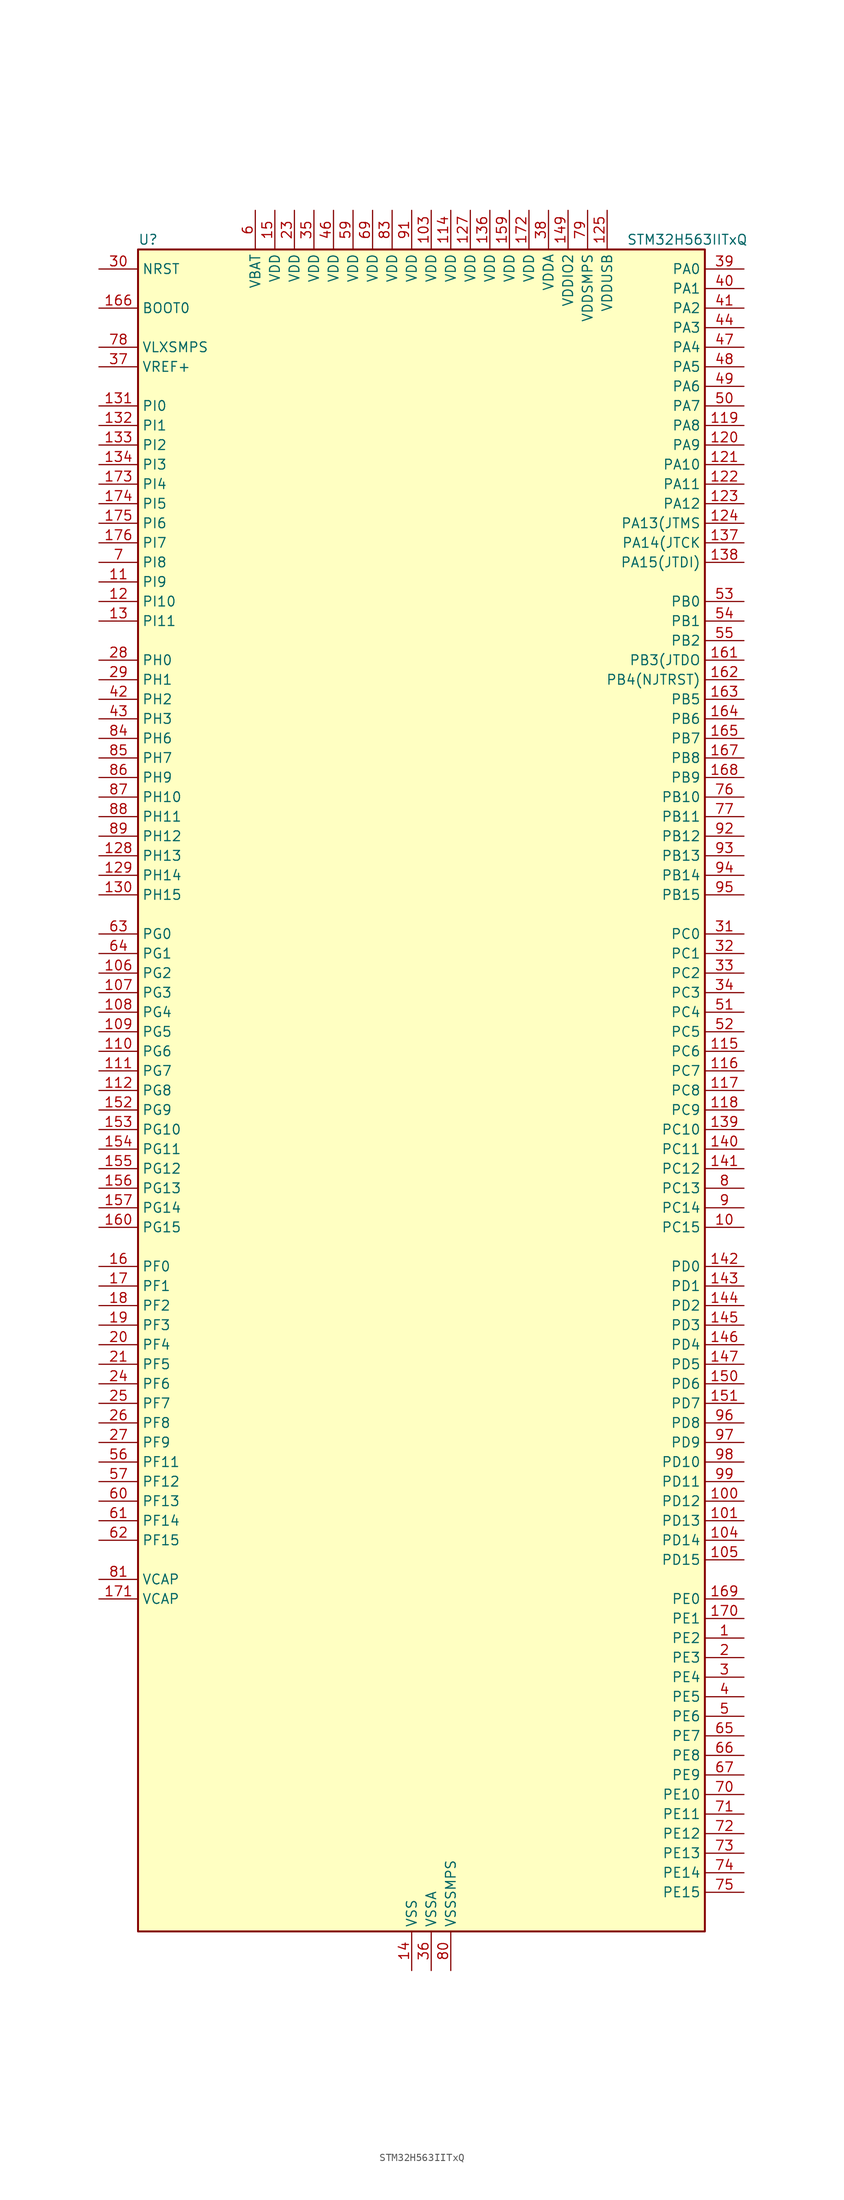
<source format=kicad_sym>
(kicad_symbol_lib
  (version 20231120)
  (generator "kicad_symbol_editor")
  (generator_version "8.0")
  (symbol "STM32H563IITxQ"
    (property "Reference" "U"
      (at -35.56 110.49 0)
      (effects (font (size 1.27 1.27)) (justify left)))
    (property "Value" "STM32H563IITxQ"
      (at 27.94 110.49 0)
      (effects (font (size 1.27 1.27)) (justify left)))
    (property "ki_locked" ""
      (at 0 0 0)
      (effects (font (size 1.27 1.27))))
    (symbol "STM32H563IITxQ_0_1"
      (rectangle (start -35.56 -109.22) (end 38.1 109.22) (stroke (width 0.254) (type default)) (fill (type background))))
    (symbol "STM32H563IITxQ_1_1"
      (pin bidirectional line (at 43.18 -71.12 180) (length 5.08) (name "PE2" (effects (font (size 1.27 1.27)))) (number "1" (effects (font (size 1.27 1.27)))) (alternate "DCMI_D3" bidirectional line) (alternate "DEBUG_TRACECLK" bidirectional line) (alternate "ETH_TXD3" bidirectional line) (alternate "FMC_A23" bidirectional line) (alternate "LPTIM1_IN2" bidirectional line) (alternate "OCTOSPI1_IO2" bidirectional line) (alternate "PSSI_D3" bidirectional line) (alternate "SAI1_CK1" bidirectional line) (alternate "SAI1_MCLK_A" bidirectional line) (alternate "SPI4_SCK" bidirectional line) (alternate "UART8_TX" bidirectional line) (alternate "USART10_RX" bidirectional line))
      (pin bidirectional line (at 43.18 -17.78 180) (length 5.08) (name "PC15" (effects (font (size 1.27 1.27)))) (number "10" (effects (font (size 1.27 1.27)))) (alternate "ADC1_EXTI15" bidirectional line) (alternate "ADC2_EXTI15" bidirectional line) (alternate "RCC_OSC32_OUT" bidirectional line))
      (pin bidirectional line (at 43.18 -53.34 180) (length 5.08) (name "PD12" (effects (font (size 1.27 1.27)))) (number "100" (effects (font (size 1.27 1.27)))) (alternate "DCMI_D12" bidirectional line) (alternate "FMC_A17" bidirectional line) (alternate "FMC_ALE" bidirectional line) (alternate "I2C4_SCL" bidirectional line) (alternate "I3C1_SCL" bidirectional line) (alternate "LPTIM1_IN1" bidirectional line) (alternate "LPTIM2_IN1" bidirectional line) (alternate "OCTOSPI1_IO1" bidirectional line) (alternate "PSSI_D12" bidirectional line) (alternate "SAI1_D1" bidirectional line) (alternate "SAI2_FS_A" bidirectional line) (alternate "TIM4_CH1" bidirectional line) (alternate "UART4_TX" bidirectional line) (alternate "USART3_RTS" bidirectional line))
      (pin bidirectional line (at 43.18 -55.88 180) (length 5.08) (name "PD13" (effects (font (size 1.27 1.27)))) (number "101" (effects (font (size 1.27 1.27)))) (alternate "DCMI_D13" bidirectional line) (alternate "FMC_A18" bidirectional line) (alternate "I2C4_SDA" bidirectional line) (alternate "I3C1_SDA" bidirectional line) (alternate "LPTIM1_CH1" bidirectional line) (alternate "LPTIM2_CH1" bidirectional line) (alternate "LPTIM4_IN1" bidirectional line) (alternate "OCTOSPI1_IO3" bidirectional line) (alternate "PSSI_D13" bidirectional line) (alternate "SAI2_SCK_A" bidirectional line) (alternate "TIM4_CH2" bidirectional line) (alternate "UART9_RTS" bidirectional line))
      (pin passive line (at 0 -114.3 90) (length 5.08) hide (name "VSS" (effects (font (size 1.27 1.27)))) (number "102" (effects (font (size 1.27 1.27)))))
      (pin power_in line (at 2.54 114.3 270) (length 5.08) (name "VDD" (effects (font (size 1.27 1.27)))) (number "103" (effects (font (size 1.27 1.27)))))
      (pin bidirectional line (at 43.18 -58.42 180) (length 5.08) (name "PD14" (effects (font (size 1.27 1.27)))) (number "104" (effects (font (size 1.27 1.27)))) (alternate "FMC_D0" bidirectional line) (alternate "FMC_DA0" bidirectional line) (alternate "TIM4_CH3" bidirectional line) (alternate "UART8_CTS" bidirectional line) (alternate "UART9_RX" bidirectional line))
      (pin bidirectional line (at 43.18 -60.96 180) (length 5.08) (name "PD15" (effects (font (size 1.27 1.27)))) (number "105" (effects (font (size 1.27 1.27)))) (alternate "ADC1_EXTI15" bidirectional line) (alternate "ADC2_EXTI15" bidirectional line) (alternate "FMC_D1" bidirectional line) (alternate "FMC_DA1" bidirectional line) (alternate "TIM4_CH4" bidirectional line) (alternate "UART8_RTS" bidirectional line) (alternate "UART9_TX" bidirectional line))
      (pin bidirectional line (at -40.64 15.24 0) (length 5.08) (name "PG2" (effects (font (size 1.27 1.27)))) (number "106" (effects (font (size 1.27 1.27)))) (alternate "FMC_A12" bidirectional line) (alternate "LPTIM6_ETR" bidirectional line) (alternate "TIM8_BKIN" bidirectional line) (alternate "UART12_RX" bidirectional line))
      (pin bidirectional line (at -40.64 12.7 0) (length 5.08) (name "PG3" (effects (font (size 1.27 1.27)))) (number "107" (effects (font (size 1.27 1.27)))) (alternate "FMC_A13" bidirectional line) (alternate "LPTIM5_ETR" bidirectional line) (alternate "TIM8_BKIN2" bidirectional line) (alternate "UART12_TX" bidirectional line))
      (pin bidirectional line (at -40.64 10.16 0) (length 5.08) (name "PG4" (effects (font (size 1.27 1.27)))) (number "108" (effects (font (size 1.27 1.27)))) (alternate "FMC_A14" bidirectional line) (alternate "FMC_BA0" bidirectional line) (alternate "LPTIM4_ETR" bidirectional line) (alternate "TIM1_BKIN2" bidirectional line))
      (pin bidirectional line (at -40.64 7.62 0) (length 5.08) (name "PG5" (effects (font (size 1.27 1.27)))) (number "109" (effects (font (size 1.27 1.27)))) (alternate "FMC_A15" bidirectional line) (alternate "FMC_BA1" bidirectional line) (alternate "TIM1_ETR" bidirectional line))
      (pin bidirectional line (at -40.64 66.04 0) (length 5.08) (name "PI9" (effects (font (size 1.27 1.27)))) (number "11" (effects (font (size 1.27 1.27)))) (alternate "DAC1_EXTI9" bidirectional line) (alternate "FDCAN1_RX" bidirectional line) (alternate "UART4_RX" bidirectional line))
      (pin bidirectional line (at -40.64 5.08 0) (length 5.08) (name "PG6" (effects (font (size 1.27 1.27)))) (number "110" (effects (font (size 1.27 1.27)))) (alternate "DCMI_D12" bidirectional line) (alternate "FMC_NE3" bidirectional line) (alternate "I2C4_SDA" bidirectional line) (alternate "I3C1_SDA" bidirectional line) (alternate "OCTOSPI1_NCS" bidirectional line) (alternate "PSSI_D12" bidirectional line) (alternate "SPI1_RDY" bidirectional line) (alternate "TIM17_BKIN" bidirectional line) (alternate "UCPD1_FRSTX" bidirectional line))
      (pin bidirectional line (at -40.64 2.54 0) (length 5.08) (name "PG7" (effects (font (size 1.27 1.27)))) (number "111" (effects (font (size 1.27 1.27)))) (alternate "DCMI_D13" bidirectional line) (alternate "FMC_INT" bidirectional line) (alternate "I2C4_SCL" bidirectional line) (alternate "I3C1_SCL" bidirectional line) (alternate "PSSI_D13" bidirectional line) (alternate "SAI1_CK2" bidirectional line) (alternate "SAI1_MCLK_A" bidirectional line) (alternate "UCPD1_FRSTX" bidirectional line) (alternate "USART6_CK" bidirectional line))
      (pin bidirectional line (at -40.64 0 0) (length 5.08) (name "PG8" (effects (font (size 1.27 1.27)))) (number "112" (effects (font (size 1.27 1.27)))) (alternate "ETH_PPS_OUT" bidirectional line) (alternate "FMC_SDCLK" bidirectional line) (alternate "SPI6_NSS" bidirectional line) (alternate "TIM8_ETR" bidirectional line) (alternate "USART6_RTS" bidirectional line))
      (pin passive line (at 0 -114.3 90) (length 5.08) hide (name "VSS" (effects (font (size 1.27 1.27)))) (number "113" (effects (font (size 1.27 1.27)))))
      (pin power_in line (at 5.08 114.3 270) (length 5.08) (name "VDD" (effects (font (size 1.27 1.27)))) (number "114" (effects (font (size 1.27 1.27)))))
      (pin bidirectional line (at 43.18 5.08 180) (length 5.08) (name "PC6" (effects (font (size 1.27 1.27)))) (number "115" (effects (font (size 1.27 1.27)))) (alternate "DCMI_D0" bidirectional line) (alternate "FMC_NWAIT" bidirectional line) (alternate "I2S2_MCK" bidirectional line) (alternate "OCTOSPI1_IO5" bidirectional line) (alternate "PSSI_D0" bidirectional line) (alternate "SAI1_SCK_A" bidirectional line) (alternate "SDMMC1_D0DIR" bidirectional line) (alternate "SDMMC1_D6" bidirectional line) (alternate "SDMMC2_D6" bidirectional line) (alternate "TIM3_CH1" bidirectional line) (alternate "TIM8_CH1" bidirectional line) (alternate "USART6_TX" bidirectional line))
      (pin bidirectional line (at 43.18 2.54 180) (length 5.08) (name "PC7" (effects (font (size 1.27 1.27)))) (number "116" (effects (font (size 1.27 1.27)))) (alternate "DCMI_D1" bidirectional line) (alternate "DEBUG_TRGIO" bidirectional line) (alternate "FMC_NE1" bidirectional line) (alternate "I2S3_MCK" bidirectional line) (alternate "OCTOSPI1_IO6" bidirectional line) (alternate "PSSI_D1" bidirectional line) (alternate "SDMMC1_D123DIR" bidirectional line) (alternate "SDMMC1_D7" bidirectional line) (alternate "SDMMC2_D7" bidirectional line) (alternate "TIM3_CH2" bidirectional line) (alternate "TIM8_CH2" bidirectional line) (alternate "USART6_RX" bidirectional line))
      (pin bidirectional line (at 43.18 0 180) (length 5.08) (name "PC8" (effects (font (size 1.27 1.27)))) (number "117" (effects (font (size 1.27 1.27)))) (alternate "DCMI_D2" bidirectional line) (alternate "DEBUG_TRACED1" bidirectional line) (alternate "FMC_ALE" bidirectional line) (alternate "FMC_INT" bidirectional line) (alternate "FMC_NCE" bidirectional line) (alternate "FMC_NE2" bidirectional line) (alternate "PSSI_D2" bidirectional line) (alternate "SDMMC1_D0" bidirectional line) (alternate "TIM3_CH3" bidirectional line) (alternate "TIM8_CH3" bidirectional line) (alternate "UART5_DE" bidirectional line) (alternate "UART5_RTS" bidirectional line) (alternate "USART6_CK" bidirectional line))
      (pin bidirectional line (at 43.18 -2.54 180) (length 5.08) (name "PC9" (effects (font (size 1.27 1.27)))) (number "118" (effects (font (size 1.27 1.27)))) (alternate "AUDIOCLK" bidirectional line) (alternate "DAC1_EXTI9" bidirectional line) (alternate "DCMI_D3" bidirectional line) (alternate "FMC_CLE" bidirectional line) (alternate "I2C3_SDA" bidirectional line) (alternate "OCTOSPI1_IO0" bidirectional line) (alternate "PSSI_D3" bidirectional line) (alternate "RCC_MCO_2" bidirectional line) (alternate "SDMMC1_D1" bidirectional line) (alternate "TIM3_CH4" bidirectional line) (alternate "TIM8_CH4" bidirectional line) (alternate "UART5_CTS" bidirectional line) (alternate "UCPD1_DB2" bidirectional line))
      (pin bidirectional line (at 43.18 86.36 180) (length 5.08) (name "PA8" (effects (font (size 1.27 1.27)))) (number "119" (effects (font (size 1.27 1.27)))) (alternate "DCMI_D3" bidirectional line) (alternate "FMC_NOE" bidirectional line) (alternate "I2C3_SCL" bidirectional line) (alternate "PSSI_D3" bidirectional line) (alternate "RCC_MCO_1" bidirectional line) (alternate "SPI1_RDY" bidirectional line) (alternate "TIM1_CH1" bidirectional line) (alternate "TIM8_BKIN2" bidirectional line) (alternate "UART7_RX" bidirectional line) (alternate "USART1_CK" bidirectional line) (alternate "USB_SOF" bidirectional line))
      (pin bidirectional line (at -40.64 63.5 0) (length 5.08) (name "PI10" (effects (font (size 1.27 1.27)))) (number "12" (effects (font (size 1.27 1.27)))) (alternate "ETH_RX_ER" bidirectional line) (alternate "FDCAN1_RX" bidirectional line) (alternate "PSSI_D14" bidirectional line))
      (pin bidirectional line (at 43.18 83.82 180) (length 5.08) (name "PA9" (effects (font (size 1.27 1.27)))) (number "120" (effects (font (size 1.27 1.27)))) (alternate "DAC1_EXTI9" bidirectional line) (alternate "DCMI_D0" bidirectional line) (alternate "ETH_TX_ER" bidirectional line) (alternate "FMC_NWE" bidirectional line) (alternate "I2C3_SMBA" bidirectional line) (alternate "I2S2_CK" bidirectional line) (alternate "LPUART1_TX" bidirectional line) (alternate "PSSI_D0" bidirectional line) (alternate "SPI2_SCK" bidirectional line) (alternate "TIM1_CH2" bidirectional line) (alternate "UCPD1_DB1" bidirectional line) (alternate "USART1_TX" bidirectional line))
      (pin bidirectional line (at 43.18 81.28 180) (length 5.08) (name "PA10" (effects (font (size 1.27 1.27)))) (number "121" (effects (font (size 1.27 1.27)))) (alternate "DCMI_D1" bidirectional line) (alternate "FDCAN2_TX" bidirectional line) (alternate "LPTIM2_IN2" bidirectional line) (alternate "LPUART1_RX" bidirectional line) (alternate "PSSI_D1" bidirectional line) (alternate "SDMMC1_D0" bidirectional line) (alternate "TIM1_CH3" bidirectional line) (alternate "UCPD1_FRSTX" bidirectional line) (alternate "USART1_RX" bidirectional line))
      (pin bidirectional line (at 43.18 78.74 180) (length 5.08) (name "PA11" (effects (font (size 1.27 1.27)))) (number "122" (effects (font (size 1.27 1.27)))) (alternate "ADC1_EXTI11" bidirectional line) (alternate "ADC2_EXTI11" bidirectional line) (alternate "FDCAN1_RX" bidirectional line) (alternate "I2S2_WS" bidirectional line) (alternate "LPUART1_CTS" bidirectional line) (alternate "SPI2_NSS" bidirectional line) (alternate "TIM1_CH4" bidirectional line) (alternate "UART4_RX" bidirectional line) (alternate "USART1_CTS" bidirectional line) (alternate "USART1_NSS" bidirectional line) (alternate "USB_DM" bidirectional line))
      (pin bidirectional line (at 43.18 76.2 180) (length 5.08) (name "PA12" (effects (font (size 1.27 1.27)))) (number "123" (effects (font (size 1.27 1.27)))) (alternate "FDCAN1_TX" bidirectional line) (alternate "I2S2_CK" bidirectional line) (alternate "LPUART1_RTS" bidirectional line) (alternate "SAI2_FS_B" bidirectional line) (alternate "SPI2_SCK" bidirectional line) (alternate "TIM1_ETR" bidirectional line) (alternate "UART4_TX" bidirectional line) (alternate "USART1_RTS" bidirectional line) (alternate "USB_DP" bidirectional line))
      (pin bidirectional line (at 43.18 73.66 180) (length 5.08) (name "PA13(JTMS" (effects (font (size 1.27 1.27)))) (number "124" (effects (font (size 1.27 1.27)))) (alternate "DEBUG_JTMS-SWDIO" bidirectional line))
      (pin power_in line (at 25.4 114.3 270) (length 5.08) (name "VDDUSB" (effects (font (size 1.27 1.27)))) (number "125" (effects (font (size 1.27 1.27)))))
      (pin passive line (at 0 -114.3 90) (length 5.08) hide (name "VSS" (effects (font (size 1.27 1.27)))) (number "126" (effects (font (size 1.27 1.27)))))
      (pin power_in line (at 7.62 114.3 270) (length 5.08) (name "VDD" (effects (font (size 1.27 1.27)))) (number "127" (effects (font (size 1.27 1.27)))))
      (pin bidirectional line (at -40.64 30.48 0) (length 5.08) (name "PH13" (effects (font (size 1.27 1.27)))) (number "128" (effects (font (size 1.27 1.27)))) (alternate "DCMI_D3" bidirectional line) (alternate "FDCAN1_TX" bidirectional line) (alternate "LPTIM1_IN2" bidirectional line) (alternate "PSSI_D3" bidirectional line) (alternate "TIM8_CH1N" bidirectional line) (alternate "UART4_TX" bidirectional line) (alternate "UART8_TX" bidirectional line))
      (pin bidirectional line (at -40.64 27.94 0) (length 5.08) (name "PH14" (effects (font (size 1.27 1.27)))) (number "129" (effects (font (size 1.27 1.27)))) (alternate "DCMI_D4" bidirectional line) (alternate "FDCAN1_RX" bidirectional line) (alternate "PSSI_D4" bidirectional line) (alternate "TIM8_CH2N" bidirectional line) (alternate "UART4_RX" bidirectional line))
      (pin bidirectional line (at -40.64 60.96 0) (length 5.08) (name "PI11" (effects (font (size 1.27 1.27)))) (number "13" (effects (font (size 1.27 1.27)))) (alternate "ADC1_EXTI11" bidirectional line) (alternate "ADC2_EXTI11" bidirectional line) (alternate "PSSI_D15" bidirectional line) (alternate "TAMP_IN4" bidirectional line) (alternate "TAMP_OUT5" bidirectional line))
      (pin bidirectional line (at -40.64 25.4 0) (length 5.08) (name "PH15" (effects (font (size 1.27 1.27)))) (number "130" (effects (font (size 1.27 1.27)))) (alternate "ADC1_EXTI15" bidirectional line) (alternate "ADC2_EXTI15" bidirectional line) (alternate "DCMI_D11" bidirectional line) (alternate "PSSI_D11" bidirectional line) (alternate "TIM8_CH3N" bidirectional line))
      (pin bidirectional line (at -40.64 88.9 0) (length 5.08) (name "PI0" (effects (font (size 1.27 1.27)))) (number "131" (effects (font (size 1.27 1.27)))) (alternate "DCMI_D13" bidirectional line) (alternate "I2S2_WS" bidirectional line) (alternate "PSSI_D13" bidirectional line) (alternate "SPI2_NSS" bidirectional line) (alternate "TIM5_CH4" bidirectional line))
      (pin bidirectional line (at -40.64 86.36 0) (length 5.08) (name "PI1" (effects (font (size 1.27 1.27)))) (number "132" (effects (font (size 1.27 1.27)))) (alternate "DCMI_D8" bidirectional line) (alternate "I2S2_CK" bidirectional line) (alternate "PSSI_D8" bidirectional line) (alternate "SPI2_SCK" bidirectional line) (alternate "TIM8_BKIN2" bidirectional line))
      (pin bidirectional line (at -40.64 83.82 0) (length 5.08) (name "PI2" (effects (font (size 1.27 1.27)))) (number "133" (effects (font (size 1.27 1.27)))) (alternate "DCMI_D9" bidirectional line) (alternate "I2S2_SDI" bidirectional line) (alternate "PSSI_D9" bidirectional line) (alternate "SPI2_MISO" bidirectional line) (alternate "TIM8_CH4" bidirectional line))
      (pin bidirectional line (at -40.64 81.28 0) (length 5.08) (name "PI3" (effects (font (size 1.27 1.27)))) (number "134" (effects (font (size 1.27 1.27)))) (alternate "DCMI_D10" bidirectional line) (alternate "I2S2_SDO" bidirectional line) (alternate "PSSI_D10" bidirectional line) (alternate "SPI2_MOSI" bidirectional line) (alternate "TIM8_ETR" bidirectional line))
      (pin passive line (at 0 -114.3 90) (length 5.08) hide (name "VSS" (effects (font (size 1.27 1.27)))) (number "135" (effects (font (size 1.27 1.27)))))
      (pin power_in line (at 10.16 114.3 270) (length 5.08) (name "VDD" (effects (font (size 1.27 1.27)))) (number "136" (effects (font (size 1.27 1.27)))))
      (pin bidirectional line (at 43.18 71.12 180) (length 5.08) (name "PA14(JTCK" (effects (font (size 1.27 1.27)))) (number "137" (effects (font (size 1.27 1.27)))) (alternate "DEBUG_JTCK-SWCLK" bidirectional line))
      (pin bidirectional line (at 43.18 68.58 180) (length 5.08) (name "PA15(JTDI)" (effects (font (size 1.27 1.27)))) (number "138" (effects (font (size 1.27 1.27)))) (alternate "ADC1_EXTI15" bidirectional line) (alternate "ADC2_EXTI15" bidirectional line) (alternate "CEC" bidirectional line) (alternate "DCMI_D11" bidirectional line) (alternate "DEBUG_JTDI" bidirectional line) (alternate "FMC_NBL1" bidirectional line) (alternate "I2S1_WS" bidirectional line) (alternate "I2S3_WS" bidirectional line) (alternate "LPTIM3_IN2" bidirectional line) (alternate "PSSI_D11" bidirectional line) (alternate "SPI1_NSS" bidirectional line) (alternate "SPI3_NSS" bidirectional line) (alternate "SPI6_NSS" bidirectional line) (alternate "TIM2_CH1" bidirectional line) (alternate "TIM2_ETR" bidirectional line) (alternate "UART4_DE" bidirectional line) (alternate "UART4_RTS" bidirectional line) (alternate "UART7_TX" bidirectional line))
      (pin bidirectional line (at 43.18 -5.08 180) (length 5.08) (name "PC10" (effects (font (size 1.27 1.27)))) (number "139" (effects (font (size 1.27 1.27)))) (alternate "DCMI_D8" bidirectional line) (alternate "ETH_TXD0" bidirectional line) (alternate "I2S3_CK" bidirectional line) (alternate "LPTIM3_ETR" bidirectional line) (alternate "OCTOSPI1_IO1" bidirectional line) (alternate "PSSI_D8" bidirectional line) (alternate "SDMMC1_D2" bidirectional line) (alternate "SPI3_SCK" bidirectional line) (alternate "UART4_TX" bidirectional line) (alternate "USART3_TX" bidirectional line))
      (pin power_in line (at 0 -114.3 90) (length 5.08) (name "VSS" (effects (font (size 1.27 1.27)))) (number "14" (effects (font (size 1.27 1.27)))))
      (pin bidirectional line (at 43.18 -7.62 180) (length 5.08) (name "PC11" (effects (font (size 1.27 1.27)))) (number "140" (effects (font (size 1.27 1.27)))) (alternate "ADC1_EXTI11" bidirectional line) (alternate "ADC2_EXTI11" bidirectional line) (alternate "DCMI_D4" bidirectional line) (alternate "I2S3_SDI" bidirectional line) (alternate "LPTIM3_IN1" bidirectional line) (alternate "OCTOSPI1_NCS" bidirectional line) (alternate "PSSI_D4" bidirectional line) (alternate "SDMMC1_D3" bidirectional line) (alternate "SPI3_MISO" bidirectional line) (alternate "UART4_RX" bidirectional line) (alternate "USART3_RX" bidirectional line))
      (pin bidirectional line (at 43.18 -10.16 180) (length 5.08) (name "PC12" (effects (font (size 1.27 1.27)))) (number "141" (effects (font (size 1.27 1.27)))) (alternate "DCMI_D9" bidirectional line) (alternate "DEBUG_TRACED3" bidirectional line) (alternate "I2S3_SDO" bidirectional line) (alternate "PSSI_D9" bidirectional line) (alternate "SDMMC1_CK" bidirectional line) (alternate "SPI3_MOSI" bidirectional line) (alternate "SPI6_SCK" bidirectional line) (alternate "TIM15_CH1" bidirectional line) (alternate "UART5_TX" bidirectional line) (alternate "USART3_CK" bidirectional line))
      (pin bidirectional line (at 43.18 -22.86 180) (length 5.08) (name "PD0" (effects (font (size 1.27 1.27)))) (number "142" (effects (font (size 1.27 1.27)))) (alternate "FDCAN1_RX" bidirectional line) (alternate "FMC_D2" bidirectional line) (alternate "FMC_DA2" bidirectional line) (alternate "TIM8_CH4N" bidirectional line) (alternate "UART4_RX" bidirectional line) (alternate "UART9_CTS" bidirectional line))
      (pin bidirectional line (at 43.18 -25.4 180) (length 5.08) (name "PD1" (effects (font (size 1.27 1.27)))) (number "143" (effects (font (size 1.27 1.27)))) (alternate "FDCAN1_TX" bidirectional line) (alternate "FMC_D3" bidirectional line) (alternate "FMC_DA3" bidirectional line) (alternate "UART4_TX" bidirectional line))
      (pin bidirectional line (at 43.18 -27.94 180) (length 5.08) (name "PD2" (effects (font (size 1.27 1.27)))) (number "144" (effects (font (size 1.27 1.27)))) (alternate "DCMI_D11" bidirectional line) (alternate "DEBUG_TRACED2" bidirectional line) (alternate "LPTIM4_ETR" bidirectional line) (alternate "PSSI_D11" bidirectional line) (alternate "PWR_WKUP7" bidirectional line) (alternate "SDMMC1_CMD" bidirectional line) (alternate "TIM15_BKIN" bidirectional line) (alternate "TIM3_ETR" bidirectional line) (alternate "UART5_RX" bidirectional line))
      (pin bidirectional line (at 43.18 -30.48 180) (length 5.08) (name "PD3" (effects (font (size 1.27 1.27)))) (number "145" (effects (font (size 1.27 1.27)))) (alternate "DCMI_D5" bidirectional line) (alternate "FMC_CLK" bidirectional line) (alternate "I2S2_CK" bidirectional line) (alternate "PSSI_D5" bidirectional line) (alternate "PWR_WKUP8" bidirectional line) (alternate "SPI2_SCK" bidirectional line) (alternate "USART2_CTS" bidirectional line) (alternate "USART2_NSS" bidirectional line))
      (pin bidirectional line (at 43.18 -33.02 180) (length 5.08) (name "PD4" (effects (font (size 1.27 1.27)))) (number "146" (effects (font (size 1.27 1.27)))) (alternate "FMC_NOE" bidirectional line) (alternate "OCTOSPI1_IO4" bidirectional line) (alternate "USART2_RTS" bidirectional line))
      (pin bidirectional line (at 43.18 -35.56 180) (length 5.08) (name "PD5" (effects (font (size 1.27 1.27)))) (number "147" (effects (font (size 1.27 1.27)))) (alternate "FDCAN1_TX" bidirectional line) (alternate "FMC_NWE" bidirectional line) (alternate "OCTOSPI1_IO5" bidirectional line) (alternate "SPI2_RDY" bidirectional line) (alternate "TIM1_CH4N" bidirectional line) (alternate "USART2_TX" bidirectional line))
      (pin passive line (at 0 -114.3 90) (length 5.08) hide (name "VSS" (effects (font (size 1.27 1.27)))) (number "148" (effects (font (size 1.27 1.27)))))
      (pin power_in line (at 20.32 114.3 270) (length 5.08) (name "VDDIO2" (effects (font (size 1.27 1.27)))) (number "149" (effects (font (size 1.27 1.27)))))
      (pin power_in line (at -17.78 114.3 270) (length 5.08) (name "VDD" (effects (font (size 1.27 1.27)))) (number "15" (effects (font (size 1.27 1.27)))))
      (pin bidirectional line (at 43.18 -38.1 180) (length 5.08) (name "PD6" (effects (font (size 1.27 1.27)))) (number "150" (effects (font (size 1.27 1.27)))) (alternate "DCMI_D10" bidirectional line) (alternate "FMC_NWAIT" bidirectional line) (alternate "I2S3_SDO" bidirectional line) (alternate "OCTOSPI1_IO6" bidirectional line) (alternate "PSSI_D10" bidirectional line) (alternate "SAI1_D1" bidirectional line) (alternate "SAI1_SD_A" bidirectional line) (alternate "SDMMC2_CK" bidirectional line) (alternate "SPI3_MOSI" bidirectional line) (alternate "USART2_RX" bidirectional line))
      (pin bidirectional line (at 43.18 -40.64 180) (length 5.08) (name "PD7" (effects (font (size 1.27 1.27)))) (number "151" (effects (font (size 1.27 1.27)))) (alternate "FMC_NCE" bidirectional line) (alternate "FMC_NE1" bidirectional line) (alternate "I2S1_SDO" bidirectional line) (alternate "LPTIM4_OUT" bidirectional line) (alternate "OCTOSPI1_IO7" bidirectional line) (alternate "SDMMC2_CMD" bidirectional line) (alternate "SPI1_MOSI" bidirectional line) (alternate "USART2_CK" bidirectional line))
      (pin bidirectional line (at -40.64 -2.54 0) (length 5.08) (name "PG9" (effects (font (size 1.27 1.27)))) (number "152" (effects (font (size 1.27 1.27)))) (alternate "DAC1_EXTI9" bidirectional line) (alternate "DCMI_VSYNC" bidirectional line) (alternate "FMC_NCE" bidirectional line) (alternate "FMC_NE2" bidirectional line) (alternate "I2S1_SDI" bidirectional line) (alternate "OCTOSPI1_IO6" bidirectional line) (alternate "PSSI_RDY" bidirectional line) (alternate "SAI2_FS_B" bidirectional line) (alternate "SDMMC2_D0" bidirectional line) (alternate "SPI1_MISO" bidirectional line) (alternate "USART6_RX" bidirectional line))
      (pin bidirectional line (at -40.64 -5.08 0) (length 5.08) (name "PG10" (effects (font (size 1.27 1.27)))) (number "153" (effects (font (size 1.27 1.27)))) (alternate "DCMI_D2" bidirectional line) (alternate "FMC_NE3" bidirectional line) (alternate "I2S1_WS" bidirectional line) (alternate "PSSI_D2" bidirectional line) (alternate "SAI2_SD_B" bidirectional line) (alternate "SDMMC2_D1" bidirectional line) (alternate "SPI1_NSS" bidirectional line))
      (pin bidirectional line (at -40.64 -7.62 0) (length 5.08) (name "PG11" (effects (font (size 1.27 1.27)))) (number "154" (effects (font (size 1.27 1.27)))) (alternate "ADC1_EXTI11" bidirectional line) (alternate "ADC2_EXTI11" bidirectional line) (alternate "DCMI_D3" bidirectional line) (alternate "ETH_TX_EN" bidirectional line) (alternate "I2S1_CK" bidirectional line) (alternate "LPTIM1_IN2" bidirectional line) (alternate "PSSI_D3" bidirectional line) (alternate "SDMMC2_D2" bidirectional line) (alternate "SPI1_SCK" bidirectional line) (alternate "USART10_RX" bidirectional line) (alternate "USART11_RTS" bidirectional line))
      (pin bidirectional line (at -40.64 -10.16 0) (length 5.08) (name "PG12" (effects (font (size 1.27 1.27)))) (number "155" (effects (font (size 1.27 1.27)))) (alternate "DCMI_D11" bidirectional line) (alternate "ETH_TXD1" bidirectional line) (alternate "FMC_NE4" bidirectional line) (alternate "LPTIM1_IN1" bidirectional line) (alternate "LPTIM5_CH1" bidirectional line) (alternate "PSSI_D11" bidirectional line) (alternate "PSSI_D15" bidirectional line) (alternate "SDMMC2_D3" bidirectional line) (alternate "SPI6_MISO" bidirectional line) (alternate "USART10_TX" bidirectional line) (alternate "USART6_RTS" bidirectional line))
      (pin bidirectional line (at -40.64 -12.7 0) (length 5.08) (name "PG13" (effects (font (size 1.27 1.27)))) (number "156" (effects (font (size 1.27 1.27)))) (alternate "DEBUG_TRACED0" bidirectional line) (alternate "ETH_TXD0" bidirectional line) (alternate "FMC_A24" bidirectional line) (alternate "LPTIM1_CH1" bidirectional line) (alternate "LPTIM5_CH2" bidirectional line) (alternate "SDMMC2_D6" bidirectional line) (alternate "SPI6_SCK" bidirectional line) (alternate "USART10_CTS" bidirectional line) (alternate "USART10_NSS" bidirectional line) (alternate "USART6_CTS" bidirectional line) (alternate "USART6_NSS" bidirectional line))
      (pin bidirectional line (at -40.64 -15.24 0) (length 5.08) (name "PG14" (effects (font (size 1.27 1.27)))) (number "157" (effects (font (size 1.27 1.27)))) (alternate "DEBUG_TRACED1" bidirectional line) (alternate "ETH_TXD1" bidirectional line) (alternate "FMC_A25" bidirectional line) (alternate "LPTIM1_CH2" bidirectional line) (alternate "LPTIM1_ETR" bidirectional line) (alternate "LPTIM5_IN1" bidirectional line) (alternate "OCTOSPI1_IO7" bidirectional line) (alternate "SDMMC2_D7" bidirectional line) (alternate "SPI6_MOSI" bidirectional line) (alternate "USART10_RTS" bidirectional line) (alternate "USART6_TX" bidirectional line))
      (pin passive line (at 0 -114.3 90) (length 5.08) hide (name "VSS" (effects (font (size 1.27 1.27)))) (number "158" (effects (font (size 1.27 1.27)))))
      (pin power_in line (at 12.7 114.3 270) (length 5.08) (name "VDD" (effects (font (size 1.27 1.27)))) (number "159" (effects (font (size 1.27 1.27)))))
      (pin bidirectional line (at -40.64 -22.86 0) (length 5.08) (name "PF0" (effects (font (size 1.27 1.27)))) (number "16" (effects (font (size 1.27 1.27)))) (alternate "FMC_A0" bidirectional line) (alternate "I2C2_SDA" bidirectional line) (alternate "LPTIM5_CH1" bidirectional line))
      (pin bidirectional line (at -40.64 -17.78 0) (length 5.08) (name "PG15" (effects (font (size 1.27 1.27)))) (number "160" (effects (font (size 1.27 1.27)))) (alternate "ADC1_EXTI15" bidirectional line) (alternate "ADC2_EXTI15" bidirectional line) (alternate "DCMI_D13" bidirectional line) (alternate "FMC_SDNCAS" bidirectional line) (alternate "PSSI_D13" bidirectional line) (alternate "SPI4_RDY" bidirectional line) (alternate "USART10_CK" bidirectional line) (alternate "USART6_CTS" bidirectional line) (alternate "USART6_NSS" bidirectional line))
      (pin bidirectional line (at 43.18 55.88 180) (length 5.08) (name "PB3(JTDO" (effects (font (size 1.27 1.27)))) (number "161" (effects (font (size 1.27 1.27)))) (alternate "CRS_SYNC" bidirectional line) (alternate "DEBUG_JTDO-SWO" bidirectional line) (alternate "I2C2_SDA" bidirectional line) (alternate "I2S1_CK" bidirectional line) (alternate "I2S3_CK" bidirectional line) (alternate "LPTIM6_ETR" bidirectional line) (alternate "SDMMC2_D2" bidirectional line) (alternate "SPI1_SCK" bidirectional line) (alternate "SPI3_SCK" bidirectional line) (alternate "SPI6_SCK" bidirectional line) (alternate "TIM2_CH2" bidirectional line) (alternate "UART12_CTS" bidirectional line) (alternate "UART7_RX" bidirectional line))
      (pin bidirectional line (at 43.18 53.34 180) (length 5.08) (name "PB4(NJTRST)" (effects (font (size 1.27 1.27)))) (number "162" (effects (font (size 1.27 1.27)))) (alternate "DCMI_D7" bidirectional line) (alternate "DEBUG_JTRST" bidirectional line) (alternate "I2S1_SDI" bidirectional line) (alternate "I2S2_WS" bidirectional line) (alternate "I2S3_SDI" bidirectional line) (alternate "LPTIM1_CH2" bidirectional line) (alternate "OCTOSPI1_CLK" bidirectional line) (alternate "PSSI_D7" bidirectional line) (alternate "SDMMC2_D3" bidirectional line) (alternate "SPI1_MISO" bidirectional line) (alternate "SPI2_NSS" bidirectional line) (alternate "SPI3_MISO" bidirectional line) (alternate "SPI6_MISO" bidirectional line) (alternate "TIM16_BKIN" bidirectional line) (alternate "TIM3_CH1" bidirectional line) (alternate "UART7_TX" bidirectional line))
      (pin bidirectional line (at 43.18 50.8 180) (length 5.08) (name "PB5" (effects (font (size 1.27 1.27)))) (number "163" (effects (font (size 1.27 1.27)))) (alternate "DCMI_D10" bidirectional line) (alternate "ETH_PPS_OUT" bidirectional line) (alternate "FDCAN2_RX" bidirectional line) (alternate "FMC_SDCKE1" bidirectional line) (alternate "I2C1_SMBA" bidirectional line) (alternate "I2C4_SMBA" bidirectional line) (alternate "I2S1_SDO" bidirectional line) (alternate "I2S3_SDO" bidirectional line) (alternate "OCTOSPI1_NCLK" bidirectional line) (alternate "PSSI_D10" bidirectional line) (alternate "SPI1_MOSI" bidirectional line) (alternate "SPI3_MOSI" bidirectional line) (alternate "SPI6_MOSI" bidirectional line) (alternate "TIM17_BKIN" bidirectional line) (alternate "TIM3_CH2" bidirectional line) (alternate "UART5_RX" bidirectional line))
      (pin bidirectional line (at 43.18 48.26 180) (length 5.08) (name "PB6" (effects (font (size 1.27 1.27)))) (number "164" (effects (font (size 1.27 1.27)))) (alternate "CEC" bidirectional line) (alternate "DCMI_D5" bidirectional line) (alternate "FDCAN2_TX" bidirectional line) (alternate "FMC_SDNE1" bidirectional line) (alternate "I2C1_SCL" bidirectional line) (alternate "I2C4_SCL" bidirectional line) (alternate "I3C1_SCL" bidirectional line) (alternate "LPUART1_TX" bidirectional line) (alternate "OCTOSPI1_NCS" bidirectional line) (alternate "PSSI_D5" bidirectional line) (alternate "TIM16_CH1N" bidirectional line) (alternate "TIM4_CH1" bidirectional line) (alternate "UART5_TX" bidirectional line) (alternate "USART1_TX" bidirectional line))
      (pin bidirectional line (at 43.18 45.72 180) (length 5.08) (name "PB7" (effects (font (size 1.27 1.27)))) (number "165" (effects (font (size 1.27 1.27)))) (alternate "DCMI_VSYNC" bidirectional line) (alternate "FDCAN1_TX" bidirectional line) (alternate "FMC_NL" bidirectional line) (alternate "I2C1_SDA" bidirectional line) (alternate "I2C4_SDA" bidirectional line) (alternate "I3C1_SDA" bidirectional line) (alternate "LPUART1_RX" bidirectional line) (alternate "PSSI_RDY" bidirectional line) (alternate "PWR_WKUP5" bidirectional line) (alternate "SDMMC2_CKIN" bidirectional line) (alternate "SDMMC2_D5" bidirectional line) (alternate "TIM17_CH1N" bidirectional line) (alternate "TIM4_CH2" bidirectional line) (alternate "USART1_RX" bidirectional line))
      (pin input line (at -40.64 101.6 0) (length 5.08) (name "BOOT0" (effects (font (size 1.27 1.27)))) (number "166" (effects (font (size 1.27 1.27)))))
      (pin bidirectional line (at 43.18 43.18 180) (length 5.08) (name "PB8" (effects (font (size 1.27 1.27)))) (number "167" (effects (font (size 1.27 1.27)))) (alternate "DCMI_D6" bidirectional line) (alternate "ETH_TXD3" bidirectional line) (alternate "FDCAN1_RX" bidirectional line) (alternate "I2C1_SCL" bidirectional line) (alternate "I2C4_SCL" bidirectional line) (alternate "I3C1_SCL" bidirectional line) (alternate "PSSI_D6" bidirectional line) (alternate "SDMMC1_CKIN" bidirectional line) (alternate "SDMMC1_D4" bidirectional line) (alternate "SDMMC2_D4" bidirectional line) (alternate "SPI4_RDY" bidirectional line) (alternate "TIM16_CH1" bidirectional line) (alternate "TIM4_CH3" bidirectional line) (alternate "UART4_RX" bidirectional line))
      (pin bidirectional line (at 43.18 40.64 180) (length 5.08) (name "PB9" (effects (font (size 1.27 1.27)))) (number "168" (effects (font (size 1.27 1.27)))) (alternate "DAC1_EXTI9" bidirectional line) (alternate "DCMI_D7" bidirectional line) (alternate "FDCAN1_TX" bidirectional line) (alternate "I2C1_SDA" bidirectional line) (alternate "I2C4_SDA" bidirectional line) (alternate "I2S2_WS" bidirectional line) (alternate "I3C1_SDA" bidirectional line) (alternate "PSSI_D7" bidirectional line) (alternate "SDMMC1_CDIR" bidirectional line) (alternate "SDMMC1_D5" bidirectional line) (alternate "SDMMC2_CKIN" bidirectional line) (alternate "SDMMC2_D5" bidirectional line) (alternate "SPI2_NSS" bidirectional line) (alternate "TIM17_CH1" bidirectional line) (alternate "TIM4_CH4" bidirectional line) (alternate "UART4_TX" bidirectional line))
      (pin bidirectional line (at 43.18 -66.04 180) (length 5.08) (name "PE0" (effects (font (size 1.27 1.27)))) (number "169" (effects (font (size 1.27 1.27)))) (alternate "DCMI_D2" bidirectional line) (alternate "FDCAN1_RX" bidirectional line) (alternate "FMC_NBL0" bidirectional line) (alternate "LPTIM1_ETR" bidirectional line) (alternate "LPTIM2_CH2" bidirectional line) (alternate "LPTIM2_ETR" bidirectional line) (alternate "PSSI_D2" bidirectional line) (alternate "SAI2_MCLK_A" bidirectional line) (alternate "SPI3_RDY" bidirectional line) (alternate "TIM4_ETR" bidirectional line) (alternate "UART8_RX" bidirectional line))
      (pin bidirectional line (at -40.64 -25.4 0) (length 5.08) (name "PF1" (effects (font (size 1.27 1.27)))) (number "17" (effects (font (size 1.27 1.27)))) (alternate "FMC_A1" bidirectional line) (alternate "I2C2_SCL" bidirectional line) (alternate "LPTIM5_CH2" bidirectional line))
      (pin bidirectional line (at 43.18 -68.58 180) (length 5.08) (name "PE1" (effects (font (size 1.27 1.27)))) (number "170" (effects (font (size 1.27 1.27)))) (alternate "DCMI_D3" bidirectional line) (alternate "FDCAN1_TX" bidirectional line) (alternate "FMC_NBL1" bidirectional line) (alternate "LPTIM1_IN2" bidirectional line) (alternate "PSSI_D3" bidirectional line) (alternate "UART8_TX" bidirectional line))
      (pin power_out line (at -40.64 -66.04 0) (length 5.08) (name "VCAP" (effects (font (size 1.27 1.27)))) (number "171" (effects (font (size 1.27 1.27)))))
      (pin power_in line (at 15.24 114.3 270) (length 5.08) (name "VDD" (effects (font (size 1.27 1.27)))) (number "172" (effects (font (size 1.27 1.27)))))
      (pin bidirectional line (at -40.64 78.74 0) (length 5.08) (name "PI4" (effects (font (size 1.27 1.27)))) (number "173" (effects (font (size 1.27 1.27)))) (alternate "DCMI_D5" bidirectional line) (alternate "PSSI_D5" bidirectional line) (alternate "SAI2_MCLK_A" bidirectional line) (alternate "SPI2_RDY" bidirectional line) (alternate "TIM8_BKIN" bidirectional line))
      (pin bidirectional line (at -40.64 76.2 0) (length 5.08) (name "PI5" (effects (font (size 1.27 1.27)))) (number "174" (effects (font (size 1.27 1.27)))) (alternate "DCMI_VSYNC" bidirectional line) (alternate "PSSI_RDY" bidirectional line) (alternate "SAI2_SCK_A" bidirectional line) (alternate "TIM8_CH1" bidirectional line))
      (pin bidirectional line (at -40.64 73.66 0) (length 5.08) (name "PI6" (effects (font (size 1.27 1.27)))) (number "175" (effects (font (size 1.27 1.27)))) (alternate "DCMI_D6" bidirectional line) (alternate "PSSI_D6" bidirectional line) (alternate "SAI2_SD_A" bidirectional line) (alternate "TIM8_CH2" bidirectional line))
      (pin bidirectional line (at -40.64 71.12 0) (length 5.08) (name "PI7" (effects (font (size 1.27 1.27)))) (number "176" (effects (font (size 1.27 1.27)))) (alternate "DCMI_D7" bidirectional line) (alternate "PSSI_D7" bidirectional line) (alternate "SAI2_FS_A" bidirectional line) (alternate "TIM8_CH3" bidirectional line))
      (pin bidirectional line (at -40.64 -27.94 0) (length 5.08) (name "PF2" (effects (font (size 1.27 1.27)))) (number "18" (effects (font (size 1.27 1.27)))) (alternate "FMC_A2" bidirectional line) (alternate "I2C2_SMBA" bidirectional line) (alternate "LPTIM3_CH2" bidirectional line) (alternate "LPTIM3_IN2" bidirectional line) (alternate "LPTIM5_IN1" bidirectional line) (alternate "UART12_TX" bidirectional line) (alternate "USART11_CK" bidirectional line))
      (pin bidirectional line (at -40.64 -30.48 0) (length 5.08) (name "PF3" (effects (font (size 1.27 1.27)))) (number "19" (effects (font (size 1.27 1.27)))) (alternate "FMC_A3" bidirectional line) (alternate "LPTIM3_IN1" bidirectional line) (alternate "LPTIM5_IN2" bidirectional line) (alternate "USART11_TX" bidirectional line))
      (pin bidirectional line (at 43.18 -73.66 180) (length 5.08) (name "PE3" (effects (font (size 1.27 1.27)))) (number "2" (effects (font (size 1.27 1.27)))) (alternate "DEBUG_TRACED0" bidirectional line) (alternate "FMC_A19" bidirectional line) (alternate "SAI1_SD_B" bidirectional line) (alternate "TAMP_IN6" bidirectional line) (alternate "TAMP_OUT3" bidirectional line) (alternate "TIM15_BKIN" bidirectional line) (alternate "USART10_TX" bidirectional line))
      (pin bidirectional line (at -40.64 -33.02 0) (length 5.08) (name "PF4" (effects (font (size 1.27 1.27)))) (number "20" (effects (font (size 1.27 1.27)))) (alternate "FMC_A4" bidirectional line) (alternate "LPTIM3_ETR" bidirectional line) (alternate "USART11_RX" bidirectional line))
      (pin bidirectional line (at -40.64 -35.56 0) (length 5.08) (name "PF5" (effects (font (size 1.27 1.27)))) (number "21" (effects (font (size 1.27 1.27)))) (alternate "FMC_A5" bidirectional line) (alternate "I2C4_SCL" bidirectional line) (alternate "I3C1_SCL" bidirectional line) (alternate "LPTIM3_CH1" bidirectional line) (alternate "LPTIM3_IN1" bidirectional line) (alternate "UART12_RX" bidirectional line) (alternate "USART11_CTS" bidirectional line) (alternate "USART11_NSS" bidirectional line))
      (pin passive line (at 0 -114.3 90) (length 5.08) hide (name "VSS" (effects (font (size 1.27 1.27)))) (number "22" (effects (font (size 1.27 1.27)))))
      (pin power_in line (at -15.24 114.3 270) (length 5.08) (name "VDD" (effects (font (size 1.27 1.27)))) (number "23" (effects (font (size 1.27 1.27)))))
      (pin bidirectional line (at -40.64 -38.1 0) (length 5.08) (name "PF6" (effects (font (size 1.27 1.27)))) (number "24" (effects (font (size 1.27 1.27)))) (alternate "LPTIM5_CH1" bidirectional line) (alternate "OCTOSPI1_IO3" bidirectional line) (alternate "SAI1_SD_B" bidirectional line) (alternate "SPI5_NSS" bidirectional line) (alternate "TIM16_CH1" bidirectional line) (alternate "UART7_RX" bidirectional line))
      (pin bidirectional line (at -40.64 -40.64 0) (length 5.08) (name "PF7" (effects (font (size 1.27 1.27)))) (number "25" (effects (font (size 1.27 1.27)))) (alternate "LPTIM5_CH2" bidirectional line) (alternate "OCTOSPI1_IO2" bidirectional line) (alternate "SAI1_MCLK_B" bidirectional line) (alternate "SPI5_SCK" bidirectional line) (alternate "TIM17_CH1" bidirectional line) (alternate "UART7_TX" bidirectional line))
      (pin bidirectional line (at -40.64 -43.18 0) (length 5.08) (name "PF8" (effects (font (size 1.27 1.27)))) (number "26" (effects (font (size 1.27 1.27)))) (alternate "LPTIM5_IN1" bidirectional line) (alternate "OCTOSPI1_IO0" bidirectional line) (alternate "SAI1_SCK_B" bidirectional line) (alternate "SPI5_MISO" bidirectional line) (alternate "TIM13_CH1" bidirectional line) (alternate "TIM16_CH1N" bidirectional line) (alternate "UART7_RTS" bidirectional line))
      (pin bidirectional line (at -40.64 -45.72 0) (length 5.08) (name "PF9" (effects (font (size 1.27 1.27)))) (number "27" (effects (font (size 1.27 1.27)))) (alternate "DAC1_EXTI9" bidirectional line) (alternate "LPTIM5_IN2" bidirectional line) (alternate "OCTOSPI1_IO1" bidirectional line) (alternate "SAI1_FS_B" bidirectional line) (alternate "SPI5_MOSI" bidirectional line) (alternate "TIM14_CH1" bidirectional line) (alternate "TIM17_CH1N" bidirectional line) (alternate "UART7_CTS" bidirectional line))
      (pin bidirectional line (at -40.64 55.88 0) (length 5.08) (name "PH0" (effects (font (size 1.27 1.27)))) (number "28" (effects (font (size 1.27 1.27)))) (alternate "RCC_OSC_IN" bidirectional line))
      (pin bidirectional line (at -40.64 53.34 0) (length 5.08) (name "PH1" (effects (font (size 1.27 1.27)))) (number "29" (effects (font (size 1.27 1.27)))) (alternate "RCC_OSC_OUT" bidirectional line))
      (pin bidirectional line (at 43.18 -76.2 180) (length 5.08) (name "PE4" (effects (font (size 1.27 1.27)))) (number "3" (effects (font (size 1.27 1.27)))) (alternate "DCMI_D4" bidirectional line) (alternate "DEBUG_TRACED1" bidirectional line) (alternate "FMC_A20" bidirectional line) (alternate "PSSI_D4" bidirectional line) (alternate "SAI1_D2" bidirectional line) (alternate "SAI1_FS_A" bidirectional line) (alternate "SPI4_NSS" bidirectional line) (alternate "TAMP_IN7" bidirectional line) (alternate "TAMP_OUT8" bidirectional line) (alternate "TIM15_CH1N" bidirectional line))
      (pin input line (at -40.64 106.68 0) (length 5.08) (name "NRST" (effects (font (size 1.27 1.27)))) (number "30" (effects (font (size 1.27 1.27)))))
      (pin bidirectional line (at 43.18 20.32 180) (length 5.08) (name "PC0" (effects (font (size 1.27 1.27)))) (number "31" (effects (font (size 1.27 1.27)))) (alternate "ADC1_INP10" bidirectional line) (alternate "ADC2_INP10" bidirectional line) (alternate "FMC_A25" bidirectional line) (alternate "FMC_SDNWE" bidirectional line) (alternate "OCTOSPI1_IO7" bidirectional line) (alternate "SAI1_MCLK_A" bidirectional line) (alternate "SAI2_FS_B" bidirectional line) (alternate "SPI2_RDY" bidirectional line) (alternate "TIM16_BKIN" bidirectional line))
      (pin bidirectional line (at 43.18 17.78 180) (length 5.08) (name "PC1" (effects (font (size 1.27 1.27)))) (number "32" (effects (font (size 1.27 1.27)))) (alternate "ADC1_INN10" bidirectional line) (alternate "ADC1_INP11" bidirectional line) (alternate "ADC2_INN10" bidirectional line) (alternate "ADC2_INP11" bidirectional line) (alternate "DEBUG_TRACED0" bidirectional line) (alternate "ETH_MDC" bidirectional line) (alternate "I2S2_SDO" bidirectional line) (alternate "OCTOSPI1_IO4" bidirectional line) (alternate "PWR_WKUP6" bidirectional line) (alternate "SAI1_D1" bidirectional line) (alternate "SAI1_SD_A" bidirectional line) (alternate "SAI2_SD_A" bidirectional line) (alternate "SDMMC2_CK" bidirectional line) (alternate "SPI2_MOSI" bidirectional line) (alternate "TAMP_IN3" bidirectional line) (alternate "TAMP_OUT5" bidirectional line) (alternate "USART11_RTS" bidirectional line))
      (pin bidirectional line (at 43.18 15.24 180) (length 5.08) (name "PC2" (effects (font (size 1.27 1.27)))) (number "33" (effects (font (size 1.27 1.27)))) (alternate "ADC1_INN11" bidirectional line) (alternate "ADC1_INP12" bidirectional line) (alternate "ADC2_INN11" bidirectional line) (alternate "ADC2_INP12" bidirectional line) (alternate "ETH_TXD2" bidirectional line) (alternate "FMC_SDNE0" bidirectional line) (alternate "I2S2_SDI" bidirectional line) (alternate "OCTOSPI1_IO2" bidirectional line) (alternate "OCTOSPI1_IO5" bidirectional line) (alternate "PWR_CSLEEP" bidirectional line) (alternate "SPI2_MISO" bidirectional line) (alternate "TIM17_CH1" bidirectional line) (alternate "TIM4_CH4" bidirectional line))
      (pin bidirectional line (at 43.18 12.7 180) (length 5.08) (name "PC3" (effects (font (size 1.27 1.27)))) (number "34" (effects (font (size 1.27 1.27)))) (alternate "ADC1_INN12" bidirectional line) (alternate "ADC1_INP13" bidirectional line) (alternate "ADC2_INN12" bidirectional line) (alternate "ADC2_INP13" bidirectional line) (alternate "ETH_TX_CLK" bidirectional line) (alternate "FMC_SDCKE0" bidirectional line) (alternate "I2S2_SDO" bidirectional line) (alternate "LPTIM3_CH1" bidirectional line) (alternate "OCTOSPI1_IO0" bidirectional line) (alternate "OCTOSPI1_IO6" bidirectional line) (alternate "PWR_CSTOP" bidirectional line) (alternate "SAI1_D3" bidirectional line) (alternate "SPI2_MOSI" bidirectional line))
      (pin power_in line (at -12.7 114.3 270) (length 5.08) (name "VDD" (effects (font (size 1.27 1.27)))) (number "35" (effects (font (size 1.27 1.27)))))
      (pin power_in line (at 2.54 -114.3 90) (length 5.08) (name "VSSA" (effects (font (size 1.27 1.27)))) (number "36" (effects (font (size 1.27 1.27)))))
      (pin input line (at -40.64 93.98 0) (length 5.08) (name "VREF+" (effects (font (size 1.27 1.27)))) (number "37" (effects (font (size 1.27 1.27)))))
      (pin power_in line (at 17.78 114.3 270) (length 5.08) (name "VDDA" (effects (font (size 1.27 1.27)))) (number "38" (effects (font (size 1.27 1.27)))))
      (pin bidirectional line (at 43.18 106.68 180) (length 5.08) (name "PA0" (effects (font (size 1.27 1.27)))) (number "39" (effects (font (size 1.27 1.27)))) (alternate "ADC1_INN1" bidirectional line) (alternate "ADC1_INP0" bidirectional line) (alternate "ADC2_INN1" bidirectional line) (alternate "ADC2_INP0" bidirectional line) (alternate "ETH_CRS" bidirectional line) (alternate "PWR_WKUP1" bidirectional line) (alternate "SAI2_SD_B" bidirectional line) (alternate "SDMMC2_CMD" bidirectional line) (alternate "SPI3_RDY" bidirectional line) (alternate "SPI6_NSS" bidirectional line) (alternate "TAMP_IN2" bidirectional line) (alternate "TAMP_OUT1" bidirectional line) (alternate "TIM15_BKIN" bidirectional line) (alternate "TIM2_CH1" bidirectional line) (alternate "TIM2_ETR" bidirectional line) (alternate "TIM5_CH1" bidirectional line) (alternate "TIM8_ETR" bidirectional line) (alternate "UART4_TX" bidirectional line) (alternate "USART2_CTS" bidirectional line) (alternate "USART2_NSS" bidirectional line))
      (pin bidirectional line (at 43.18 -78.74 180) (length 5.08) (name "PE5" (effects (font (size 1.27 1.27)))) (number "4" (effects (font (size 1.27 1.27)))) (alternate "DCMI_D6" bidirectional line) (alternate "DEBUG_TRACED2" bidirectional line) (alternate "FMC_A21" bidirectional line) (alternate "PSSI_D6" bidirectional line) (alternate "SAI1_CK2" bidirectional line) (alternate "SAI1_SCK_A" bidirectional line) (alternate "SPI4_MISO" bidirectional line) (alternate "TAMP_IN8" bidirectional line) (alternate "TAMP_OUT7" bidirectional line) (alternate "TIM15_CH1" bidirectional line))
      (pin bidirectional line (at 43.18 104.14 180) (length 5.08) (name "PA1" (effects (font (size 1.27 1.27)))) (number "40" (effects (font (size 1.27 1.27)))) (alternate "ADC1_INP1" bidirectional line) (alternate "ADC2_INP1" bidirectional line) (alternate "ETH_REF_CLK" bidirectional line) (alternate "ETH_RX_CLK" bidirectional line) (alternate "LPTIM1_IN1" bidirectional line) (alternate "OCTOSPI1_DQS" bidirectional line) (alternate "OCTOSPI1_IO3" bidirectional line) (alternate "SAI2_MCLK_B" bidirectional line) (alternate "TAMP_IN5" bidirectional line) (alternate "TAMP_OUT4" bidirectional line) (alternate "TIM15_CH1N" bidirectional line) (alternate "TIM2_CH2" bidirectional line) (alternate "TIM5_CH2" bidirectional line) (alternate "UART4_RX" bidirectional line) (alternate "USART2_RTS" bidirectional line))
      (pin bidirectional line (at 43.18 101.6 180) (length 5.08) (name "PA2" (effects (font (size 1.27 1.27)))) (number "41" (effects (font (size 1.27 1.27)))) (alternate "ADC1_INP14" bidirectional line) (alternate "ADC2_INP14" bidirectional line) (alternate "ETH_MDIO" bidirectional line) (alternate "LPTIM1_IN2" bidirectional line) (alternate "PWR_WKUP2" bidirectional line) (alternate "SAI2_SCK_B" bidirectional line) (alternate "TAMP_IN4" bidirectional line) (alternate "TAMP_OUT3" bidirectional line) (alternate "TIM15_CH1" bidirectional line) (alternate "TIM2_CH3" bidirectional line) (alternate "TIM5_CH3" bidirectional line) (alternate "USART2_TX" bidirectional line))
      (pin bidirectional line (at -40.64 50.8 0) (length 5.08) (name "PH2" (effects (font (size 1.27 1.27)))) (number "42" (effects (font (size 1.27 1.27)))) (alternate "ETH_CRS" bidirectional line) (alternate "FMC_SDCKE0" bidirectional line) (alternate "LPTIM1_IN2" bidirectional line) (alternate "OCTOSPI1_IO4" bidirectional line) (alternate "SAI2_SCK_B" bidirectional line))
      (pin bidirectional line (at -40.64 48.26 0) (length 5.08) (name "PH3" (effects (font (size 1.27 1.27)))) (number "43" (effects (font (size 1.27 1.27)))) (alternate "ETH_COL" bidirectional line) (alternate "FMC_SDNE0" bidirectional line) (alternate "OCTOSPI1_IO5" bidirectional line) (alternate "SAI2_MCLK_B" bidirectional line))
      (pin bidirectional line (at 43.18 99.06 180) (length 5.08) (name "PA3" (effects (font (size 1.27 1.27)))) (number "44" (effects (font (size 1.27 1.27)))) (alternate "ADC1_INP15" bidirectional line) (alternate "ADC2_INP15" bidirectional line) (alternate "ETH_COL" bidirectional line) (alternate "I2S2_WS" bidirectional line) (alternate "OCTOSPI1_CLK" bidirectional line) (alternate "SAI1_SD_B" bidirectional line) (alternate "SPI2_NSS" bidirectional line) (alternate "TIM15_CH2" bidirectional line) (alternate "TIM2_CH4" bidirectional line) (alternate "TIM5_CH4" bidirectional line) (alternate "USART2_RX" bidirectional line))
      (pin passive line (at 0 -114.3 90) (length 5.08) hide (name "VSS" (effects (font (size 1.27 1.27)))) (number "45" (effects (font (size 1.27 1.27)))))
      (pin power_in line (at -10.16 114.3 270) (length 5.08) (name "VDD" (effects (font (size 1.27 1.27)))) (number "46" (effects (font (size 1.27 1.27)))))
      (pin bidirectional line (at 43.18 96.52 180) (length 5.08) (name "PA4" (effects (font (size 1.27 1.27)))) (number "47" (effects (font (size 1.27 1.27)))) (alternate "ADC1_INP18" bidirectional line) (alternate "ADC2_INP18" bidirectional line) (alternate "DAC1_OUT1" bidirectional line) (alternate "DCMI_HSYNC" bidirectional line) (alternate "I2S1_WS" bidirectional line) (alternate "I2S3_WS" bidirectional line) (alternate "LPTIM2_CH1" bidirectional line) (alternate "PSSI_DE" bidirectional line) (alternate "SPI1_NSS" bidirectional line) (alternate "SPI3_NSS" bidirectional line) (alternate "SPI6_NSS" bidirectional line) (alternate "TIM5_ETR" bidirectional line) (alternate "USART2_CK" bidirectional line))
      (pin bidirectional line (at 43.18 93.98 180) (length 5.08) (name "PA5" (effects (font (size 1.27 1.27)))) (number "48" (effects (font (size 1.27 1.27)))) (alternate "ADC1_INN18" bidirectional line) (alternate "ADC1_INP19" bidirectional line) (alternate "ADC2_INN18" bidirectional line) (alternate "ADC2_INP19" bidirectional line) (alternate "DAC1_OUT2" bidirectional line) (alternate "ETH_TX_EN" bidirectional line) (alternate "I2S1_CK" bidirectional line) (alternate "PSSI_D14" bidirectional line) (alternate "SPI1_SCK" bidirectional line) (alternate "SPI6_SCK" bidirectional line) (alternate "TIM2_CH1" bidirectional line) (alternate "TIM2_ETR" bidirectional line) (alternate "TIM8_CH1N" bidirectional line))
      (pin bidirectional line (at 43.18 91.44 180) (length 5.08) (name "PA6" (effects (font (size 1.27 1.27)))) (number "49" (effects (font (size 1.27 1.27)))) (alternate "ADC1_INP3" bidirectional line) (alternate "ADC2_INP3" bidirectional line) (alternate "DCMI_PIXCLK" bidirectional line) (alternate "I2S1_SDI" bidirectional line) (alternate "OCTOSPI1_IO3" bidirectional line) (alternate "PSSI_PDCK" bidirectional line) (alternate "SPI1_MISO" bidirectional line) (alternate "SPI6_MISO" bidirectional line) (alternate "TIM13_CH1" bidirectional line) (alternate "TIM1_BKIN" bidirectional line) (alternate "TIM3_CH1" bidirectional line) (alternate "TIM8_BKIN" bidirectional line) (alternate "USART11_TX" bidirectional line))
      (pin bidirectional line (at 43.18 -81.28 180) (length 5.08) (name "PE6" (effects (font (size 1.27 1.27)))) (number "5" (effects (font (size 1.27 1.27)))) (alternate "DCMI_D7" bidirectional line) (alternate "DEBUG_TRACED3" bidirectional line) (alternate "FMC_A22" bidirectional line) (alternate "PSSI_D7" bidirectional line) (alternate "SAI1_D1" bidirectional line) (alternate "SAI1_SD_A" bidirectional line) (alternate "SAI2_MCLK_B" bidirectional line) (alternate "SPI4_MOSI" bidirectional line) (alternate "TAMP_IN3" bidirectional line) (alternate "TAMP_OUT6" bidirectional line) (alternate "TIM15_CH2" bidirectional line) (alternate "TIM1_BKIN2" bidirectional line))
      (pin bidirectional line (at 43.18 88.9 180) (length 5.08) (name "PA7" (effects (font (size 1.27 1.27)))) (number "50" (effects (font (size 1.27 1.27)))) (alternate "ADC1_INN3" bidirectional line) (alternate "ADC1_INP7" bidirectional line) (alternate "ADC2_INN3" bidirectional line) (alternate "ADC2_INP7" bidirectional line) (alternate "ETH_CRS_DV" bidirectional line) (alternate "ETH_RX_DV" bidirectional line) (alternate "FMC_NWE" bidirectional line) (alternate "FMC_SDNWE" bidirectional line) (alternate "I2S1_SDO" bidirectional line) (alternate "OCTOSPI1_IO2" bidirectional line) (alternate "SPI1_MOSI" bidirectional line) (alternate "SPI6_MOSI" bidirectional line) (alternate "TIM14_CH1" bidirectional line) (alternate "TIM1_CH1N" bidirectional line) (alternate "TIM3_CH2" bidirectional line) (alternate "TIM8_CH1N" bidirectional line) (alternate "USART11_RX" bidirectional line))
      (pin bidirectional line (at 43.18 10.16 180) (length 5.08) (name "PC4" (effects (font (size 1.27 1.27)))) (number "51" (effects (font (size 1.27 1.27)))) (alternate "ADC1_INP4" bidirectional line) (alternate "ADC2_INP4" bidirectional line) (alternate "ETH_RXD0" bidirectional line) (alternate "FMC_SDNE0" bidirectional line) (alternate "I2S1_MCK" bidirectional line) (alternate "LPTIM2_ETR" bidirectional line) (alternate "SAI1_CK1" bidirectional line) (alternate "TIM2_CH4" bidirectional line) (alternate "USART3_RX" bidirectional line))
      (pin bidirectional line (at 43.18 7.62 180) (length 5.08) (name "PC5" (effects (font (size 1.27 1.27)))) (number "52" (effects (font (size 1.27 1.27)))) (alternate "ADC1_INN4" bidirectional line) (alternate "ADC1_INP8" bidirectional line) (alternate "ADC2_INN4" bidirectional line) (alternate "ADC2_INP8" bidirectional line) (alternate "ETH_RXD1" bidirectional line) (alternate "FMC_SDCKE0" bidirectional line) (alternate "OCTOSPI1_DQS" bidirectional line) (alternate "PSSI_D15" bidirectional line) (alternate "SAI1_D3" bidirectional line) (alternate "SAI1_FS_A" bidirectional line) (alternate "TIM1_CH4N" bidirectional line) (alternate "UART12_RTS" bidirectional line))
      (pin bidirectional line (at 43.18 63.5 180) (length 5.08) (name "PB0" (effects (font (size 1.27 1.27)))) (number "53" (effects (font (size 1.27 1.27)))) (alternate "ADC1_INN5" bidirectional line) (alternate "ADC1_INP9" bidirectional line) (alternate "ADC2_INN5" bidirectional line) (alternate "ADC2_INP9" bidirectional line) (alternate "ETH_RXD2" bidirectional line) (alternate "LPTIM3_CH1" bidirectional line) (alternate "OCTOSPI1_IO1" bidirectional line) (alternate "TIM1_CH2N" bidirectional line) (alternate "TIM3_CH3" bidirectional line) (alternate "TIM8_CH2N" bidirectional line) (alternate "UART4_CTS" bidirectional line) (alternate "USART11_CK" bidirectional line))
      (pin bidirectional line (at 43.18 60.96 180) (length 5.08) (name "PB1" (effects (font (size 1.27 1.27)))) (number "54" (effects (font (size 1.27 1.27)))) (alternate "ADC1_INP5" bidirectional line) (alternate "ADC2_INP5" bidirectional line) (alternate "ETH_RXD3" bidirectional line) (alternate "LPTIM3_CH2" bidirectional line) (alternate "OCTOSPI1_IO0" bidirectional line) (alternate "TIM1_CH3N" bidirectional line) (alternate "TIM3_CH4" bidirectional line) (alternate "TIM8_CH3N" bidirectional line))
      (pin bidirectional line (at 43.18 58.42 180) (length 5.08) (name "PB2" (effects (font (size 1.27 1.27)))) (number "55" (effects (font (size 1.27 1.27)))) (alternate "I2S3_SDO" bidirectional line) (alternate "LPTIM1_CH1" bidirectional line) (alternate "LPTIM5_ETR" bidirectional line) (alternate "OCTOSPI1_CLK" bidirectional line) (alternate "OCTOSPI1_DQS" bidirectional line) (alternate "RCC_LSCO" bidirectional line) (alternate "RTC_OUT2" bidirectional line) (alternate "SAI1_D1" bidirectional line) (alternate "SAI1_SD_A" bidirectional line) (alternate "SDMMC1_CMD" bidirectional line) (alternate "SPI1_RDY" bidirectional line) (alternate "SPI3_MOSI" bidirectional line) (alternate "TIM8_CH4N" bidirectional line))
      (pin bidirectional line (at -40.64 -48.26 0) (length 5.08) (name "PF11" (effects (font (size 1.27 1.27)))) (number "56" (effects (font (size 1.27 1.27)))) (alternate "ADC1_EXTI11" bidirectional line) (alternate "ADC1_INP2" bidirectional line) (alternate "ADC2_EXTI11" bidirectional line) (alternate "DCMI_D12" bidirectional line) (alternate "FMC_SDNRAS" bidirectional line) (alternate "LPTIM6_CH1" bidirectional line) (alternate "OCTOSPI1_NCLK" bidirectional line) (alternate "PSSI_D12" bidirectional line) (alternate "SAI2_SD_B" bidirectional line) (alternate "SPI5_MOSI" bidirectional line))
      (pin bidirectional line (at -40.64 -50.8 0) (length 5.08) (name "PF12" (effects (font (size 1.27 1.27)))) (number "57" (effects (font (size 1.27 1.27)))) (alternate "ADC1_INN2" bidirectional line) (alternate "ADC1_INP6" bidirectional line) (alternate "FMC_A6" bidirectional line) (alternate "LPTIM6_CH2" bidirectional line))
      (pin passive line (at 0 -114.3 90) (length 5.08) hide (name "VSS" (effects (font (size 1.27 1.27)))) (number "58" (effects (font (size 1.27 1.27)))))
      (pin power_in line (at -7.62 114.3 270) (length 5.08) (name "VDD" (effects (font (size 1.27 1.27)))) (number "59" (effects (font (size 1.27 1.27)))))
      (pin power_in line (at -20.32 114.3 270) (length 5.08) (name "VBAT" (effects (font (size 1.27 1.27)))) (number "6" (effects (font (size 1.27 1.27)))))
      (pin bidirectional line (at -40.64 -53.34 0) (length 5.08) (name "PF13" (effects (font (size 1.27 1.27)))) (number "60" (effects (font (size 1.27 1.27)))) (alternate "ADC2_INP2" bidirectional line) (alternate "FMC_A7" bidirectional line) (alternate "I2C4_SMBA" bidirectional line) (alternate "LPTIM6_IN1" bidirectional line))
      (pin bidirectional line (at -40.64 -55.88 0) (length 5.08) (name "PF14" (effects (font (size 1.27 1.27)))) (number "61" (effects (font (size 1.27 1.27)))) (alternate "ADC2_INN2" bidirectional line) (alternate "ADC2_INP6" bidirectional line) (alternate "FMC_A8" bidirectional line) (alternate "LPTIM6_IN2" bidirectional line))
      (pin bidirectional line (at -40.64 -58.42 0) (length 5.08) (name "PF15" (effects (font (size 1.27 1.27)))) (number "62" (effects (font (size 1.27 1.27)))) (alternate "ADC1_EXTI15" bidirectional line) (alternate "ADC2_EXTI15" bidirectional line) (alternate "FMC_A9" bidirectional line) (alternate "I2C4_SDA" bidirectional line) (alternate "I3C1_SDA" bidirectional line))
      (pin bidirectional line (at -40.64 20.32 0) (length 5.08) (name "PG0" (effects (font (size 1.27 1.27)))) (number "63" (effects (font (size 1.27 1.27)))) (alternate "FMC_A10" bidirectional line) (alternate "LPTIM4_IN1" bidirectional line) (alternate "UART9_RX" bidirectional line))
      (pin bidirectional line (at -40.64 17.78 0) (length 5.08) (name "PG1" (effects (font (size 1.27 1.27)))) (number "64" (effects (font (size 1.27 1.27)))) (alternate "FMC_A11" bidirectional line) (alternate "I2S2_SDO" bidirectional line) (alternate "SPI2_MOSI" bidirectional line) (alternate "UART9_TX" bidirectional line))
      (pin bidirectional line (at 43.18 -83.82 180) (length 5.08) (name "PE7" (effects (font (size 1.27 1.27)))) (number "65" (effects (font (size 1.27 1.27)))) (alternate "FMC_D4" bidirectional line) (alternate "FMC_DA4" bidirectional line) (alternate "OCTOSPI1_IO4" bidirectional line) (alternate "TIM1_ETR" bidirectional line) (alternate "UART12_RTS" bidirectional line) (alternate "UART7_RX" bidirectional line))
      (pin bidirectional line (at 43.18 -86.36 180) (length 5.08) (name "PE8" (effects (font (size 1.27 1.27)))) (number "66" (effects (font (size 1.27 1.27)))) (alternate "FMC_D5" bidirectional line) (alternate "FMC_DA5" bidirectional line) (alternate "OCTOSPI1_IO5" bidirectional line) (alternate "TIM1_CH1N" bidirectional line) (alternate "UART12_CTS" bidirectional line) (alternate "UART7_TX" bidirectional line))
      (pin bidirectional line (at 43.18 -88.9 180) (length 5.08) (name "PE9" (effects (font (size 1.27 1.27)))) (number "67" (effects (font (size 1.27 1.27)))) (alternate "DAC1_EXTI9" bidirectional line) (alternate "FMC_D6" bidirectional line) (alternate "FMC_DA6" bidirectional line) (alternate "OCTOSPI1_IO6" bidirectional line) (alternate "TIM1_CH1" bidirectional line) (alternate "UART12_RX" bidirectional line) (alternate "UART7_RTS" bidirectional line))
      (pin passive line (at 0 -114.3 90) (length 5.08) hide (name "VSS" (effects (font (size 1.27 1.27)))) (number "68" (effects (font (size 1.27 1.27)))))
      (pin power_in line (at -5.08 114.3 270) (length 5.08) (name "VDD" (effects (font (size 1.27 1.27)))) (number "69" (effects (font (size 1.27 1.27)))))
      (pin bidirectional line (at -40.64 68.58 0) (length 5.08) (name "PI8" (effects (font (size 1.27 1.27)))) (number "7" (effects (font (size 1.27 1.27)))) (alternate "PWR_WKUP3" bidirectional line) (alternate "RTC_OUT2" bidirectional line) (alternate "TAMP_IN2" bidirectional line) (alternate "TAMP_OUT3" bidirectional line))
      (pin bidirectional line (at 43.18 -91.44 180) (length 5.08) (name "PE10" (effects (font (size 1.27 1.27)))) (number "70" (effects (font (size 1.27 1.27)))) (alternate "FMC_D7" bidirectional line) (alternate "FMC_DA7" bidirectional line) (alternate "OCTOSPI1_IO7" bidirectional line) (alternate "TIM1_CH2N" bidirectional line) (alternate "UART12_TX" bidirectional line) (alternate "UART7_CTS" bidirectional line))
      (pin bidirectional line (at 43.18 -93.98 180) (length 5.08) (name "PE11" (effects (font (size 1.27 1.27)))) (number "71" (effects (font (size 1.27 1.27)))) (alternate "ADC1_EXTI11" bidirectional line) (alternate "ADC2_EXTI11" bidirectional line) (alternate "FMC_D8" bidirectional line) (alternate "FMC_DA8" bidirectional line) (alternate "OCTOSPI1_NCS" bidirectional line) (alternate "SAI2_SD_B" bidirectional line) (alternate "SPI1_RDY" bidirectional line) (alternate "SPI4_NSS" bidirectional line) (alternate "TIM1_CH2" bidirectional line))
      (pin bidirectional line (at 43.18 -96.52 180) (length 5.08) (name "PE12" (effects (font (size 1.27 1.27)))) (number "72" (effects (font (size 1.27 1.27)))) (alternate "FMC_D9" bidirectional line) (alternate "FMC_DA9" bidirectional line) (alternate "SAI2_SCK_B" bidirectional line) (alternate "SPI4_SCK" bidirectional line) (alternate "TIM1_CH3N" bidirectional line))
      (pin bidirectional line (at 43.18 -99.06 180) (length 5.08) (name "PE13" (effects (font (size 1.27 1.27)))) (number "73" (effects (font (size 1.27 1.27)))) (alternate "FMC_D10" bidirectional line) (alternate "FMC_DA10" bidirectional line) (alternate "SAI2_FS_B" bidirectional line) (alternate "SPI4_MISO" bidirectional line) (alternate "TIM1_CH3" bidirectional line))
      (pin bidirectional line (at 43.18 -101.6 180) (length 5.08) (name "PE14" (effects (font (size 1.27 1.27)))) (number "74" (effects (font (size 1.27 1.27)))) (alternate "FMC_D11" bidirectional line) (alternate "FMC_DA11" bidirectional line) (alternate "SAI2_MCLK_B" bidirectional line) (alternate "SPI4_MOSI" bidirectional line) (alternate "TIM1_CH4" bidirectional line))
      (pin bidirectional line (at 43.18 -104.14 180) (length 5.08) (name "PE15" (effects (font (size 1.27 1.27)))) (number "75" (effects (font (size 1.27 1.27)))) (alternate "ADC1_EXTI15" bidirectional line) (alternate "ADC2_EXTI15" bidirectional line) (alternate "FMC_D12" bidirectional line) (alternate "FMC_DA12" bidirectional line) (alternate "TIM1_BKIN" bidirectional line) (alternate "TIM1_CH4N" bidirectional line) (alternate "USART10_CK" bidirectional line))
      (pin bidirectional line (at 43.18 38.1 180) (length 5.08) (name "PB10" (effects (font (size 1.27 1.27)))) (number "76" (effects (font (size 1.27 1.27)))) (alternate "ETH_RX_ER" bidirectional line) (alternate "I2C2_SCL" bidirectional line) (alternate "I2S2_CK" bidirectional line) (alternate "LPTIM2_IN1" bidirectional line) (alternate "LPTIM3_CH1" bidirectional line) (alternate "OCTOSPI1_NCS" bidirectional line) (alternate "SPI2_SCK" bidirectional line) (alternate "TIM2_CH3" bidirectional line) (alternate "USART3_TX" bidirectional line))
      (pin bidirectional line (at 43.18 35.56 180) (length 5.08) (name "PB11" (effects (font (size 1.27 1.27)))) (number "77" (effects (font (size 1.27 1.27)))) (alternate "ADC1_EXTI11" bidirectional line) (alternate "ADC2_EXTI11" bidirectional line) (alternate "ETH_TX_EN" bidirectional line) (alternate "FMC_NBL1" bidirectional line) (alternate "I2C2_SDA" bidirectional line) (alternate "LPTIM2_ETR" bidirectional line) (alternate "SPI2_RDY" bidirectional line) (alternate "SPI4_RDY" bidirectional line) (alternate "TIM2_CH4" bidirectional line) (alternate "USART3_RX" bidirectional line))
      (pin power_in line (at -40.64 96.52 0) (length 5.08) (name "VLXSMPS" (effects (font (size 1.27 1.27)))) (number "78" (effects (font (size 1.27 1.27)))))
      (pin power_in line (at 22.86 114.3 270) (length 5.08) (name "VDDSMPS" (effects (font (size 1.27 1.27)))) (number "79" (effects (font (size 1.27 1.27)))))
      (pin bidirectional line (at 43.18 -12.7 180) (length 5.08) (name "PC13" (effects (font (size 1.27 1.27)))) (number "8" (effects (font (size 1.27 1.27)))) (alternate "PWR_WKUP4" bidirectional line) (alternate "RTC_OUT1" bidirectional line) (alternate "RTC_TS" bidirectional line) (alternate "TAMP_IN1" bidirectional line) (alternate "TAMP_OUT2" bidirectional line) (alternate "TAMP_OUT3" bidirectional line))
      (pin power_in line (at 5.08 -114.3 90) (length 5.08) (name "VSSSMPS" (effects (font (size 1.27 1.27)))) (number "80" (effects (font (size 1.27 1.27)))))
      (pin power_out line (at -40.64 -63.5 0) (length 5.08) (name "VCAP" (effects (font (size 1.27 1.27)))) (number "81" (effects (font (size 1.27 1.27)))))
      (pin passive line (at 0 -114.3 90) (length 5.08) hide (name "VSS" (effects (font (size 1.27 1.27)))) (number "82" (effects (font (size 1.27 1.27)))))
      (pin power_in line (at -2.54 114.3 270) (length 5.08) (name "VDD" (effects (font (size 1.27 1.27)))) (number "83" (effects (font (size 1.27 1.27)))))
      (pin bidirectional line (at -40.64 45.72 0) (length 5.08) (name "PH6" (effects (font (size 1.27 1.27)))) (number "84" (effects (font (size 1.27 1.27)))) (alternate "DCMI_D8" bidirectional line) (alternate "ETH_RXD2" bidirectional line) (alternate "FMC_SDNE1" bidirectional line) (alternate "I2C2_SMBA" bidirectional line) (alternate "PSSI_D8" bidirectional line) (alternate "SPI5_SCK" bidirectional line) (alternate "TIM12_CH1" bidirectional line) (alternate "TIM1_CH3N" bidirectional line) (alternate "TIM8_CH1" bidirectional line))
      (pin bidirectional line (at -40.64 43.18 0) (length 5.08) (name "PH7" (effects (font (size 1.27 1.27)))) (number "85" (effects (font (size 1.27 1.27)))) (alternate "DCMI_D9" bidirectional line) (alternate "ETH_RXD3" bidirectional line) (alternate "FMC_SDCKE1" bidirectional line) (alternate "I2C3_SCL" bidirectional line) (alternate "PSSI_D9" bidirectional line) (alternate "SPI5_MISO" bidirectional line) (alternate "TIM1_CH3" bidirectional line) (alternate "TIM8_CH1N" bidirectional line))
      (pin bidirectional line (at -40.64 40.64 0) (length 5.08) (name "PH9" (effects (font (size 1.27 1.27)))) (number "86" (effects (font (size 1.27 1.27)))) (alternate "DAC1_EXTI9" bidirectional line) (alternate "DCMI_D0" bidirectional line) (alternate "I2C3_SMBA" bidirectional line) (alternate "PSSI_D0" bidirectional line) (alternate "SPI5_NSS" bidirectional line) (alternate "TIM12_CH2" bidirectional line) (alternate "TIM1_CH2" bidirectional line) (alternate "TIM8_CH2N" bidirectional line))
      (pin bidirectional line (at -40.64 38.1 0) (length 5.08) (name "PH10" (effects (font (size 1.27 1.27)))) (number "87" (effects (font (size 1.27 1.27)))) (alternate "DCMI_D1" bidirectional line) (alternate "I2C4_SMBA" bidirectional line) (alternate "PSSI_D1" bidirectional line) (alternate "SPI5_RDY" bidirectional line) (alternate "TIM1_CH1N" bidirectional line) (alternate "TIM5_CH1" bidirectional line) (alternate "TIM8_CH3" bidirectional line))
      (pin bidirectional line (at -40.64 35.56 0) (length 5.08) (name "PH11" (effects (font (size 1.27 1.27)))) (number "88" (effects (font (size 1.27 1.27)))) (alternate "ADC1_EXTI11" bidirectional line) (alternate "ADC2_EXTI11" bidirectional line) (alternate "DCMI_D2" bidirectional line) (alternate "I2C4_SCL" bidirectional line) (alternate "I3C1_SCL" bidirectional line) (alternate "PSSI_D2" bidirectional line) (alternate "TIM1_CH1" bidirectional line) (alternate "TIM5_CH2" bidirectional line) (alternate "TIM8_CH3N" bidirectional line))
      (pin bidirectional line (at -40.64 33.02 0) (length 5.08) (name "PH12" (effects (font (size 1.27 1.27)))) (number "89" (effects (font (size 1.27 1.27)))) (alternate "DCMI_D3" bidirectional line) (alternate "I2C4_SDA" bidirectional line) (alternate "I3C1_SDA" bidirectional line) (alternate "PSSI_D3" bidirectional line) (alternate "TIM1_BKIN" bidirectional line) (alternate "TIM5_CH3" bidirectional line) (alternate "TIM8_BKIN" bidirectional line) (alternate "TIM8_CH4N" bidirectional line))
      (pin bidirectional line (at 43.18 -15.24 180) (length 5.08) (name "PC14" (effects (font (size 1.27 1.27)))) (number "9" (effects (font (size 1.27 1.27)))) (alternate "RCC_OSC32_IN" bidirectional line))
      (pin passive line (at 0 -114.3 90) (length 5.08) hide (name "VSS" (effects (font (size 1.27 1.27)))) (number "90" (effects (font (size 1.27 1.27)))))
      (pin power_in line (at 0 114.3 270) (length 5.08) (name "VDD" (effects (font (size 1.27 1.27)))) (number "91" (effects (font (size 1.27 1.27)))))
      (pin bidirectional line (at 43.18 33.02 180) (length 5.08) (name "PB12" (effects (font (size 1.27 1.27)))) (number "92" (effects (font (size 1.27 1.27)))) (alternate "ETH_TXD0" bidirectional line) (alternate "FDCAN2_RX" bidirectional line) (alternate "I2C2_SDA" bidirectional line) (alternate "I2S2_WS" bidirectional line) (alternate "OCTOSPI1_NCLK" bidirectional line) (alternate "SPI2_NSS" bidirectional line) (alternate "TIM1_BKIN" bidirectional line) (alternate "UART5_RX" bidirectional line) (alternate "UCPD1_FRSTX" bidirectional line) (alternate "USART3_CK" bidirectional line))
      (pin bidirectional line (at 43.18 30.48 180) (length 5.08) (name "PB13" (effects (font (size 1.27 1.27)))) (number "93" (effects (font (size 1.27 1.27)))) (alternate "FDCAN2_TX" bidirectional line) (alternate "I2C2_SMBA" bidirectional line) (alternate "I2S2_CK" bidirectional line) (alternate "LPTIM2_CH1" bidirectional line) (alternate "LPTIM3_IN1" bidirectional line) (alternate "SDMMC1_D0" bidirectional line) (alternate "SPI2_SCK" bidirectional line) (alternate "TIM1_CH1N" bidirectional line) (alternate "UART5_TX" bidirectional line) (alternate "UCPD1_CC1" bidirectional line) (alternate "USART3_CTS" bidirectional line) (alternate "USART3_NSS" bidirectional line))
      (pin bidirectional line (at 43.18 27.94 180) (length 5.08) (name "PB14" (effects (font (size 1.27 1.27)))) (number "94" (effects (font (size 1.27 1.27)))) (alternate "I2S2_SDI" bidirectional line) (alternate "LPTIM3_ETR" bidirectional line) (alternate "SDMMC2_D0" bidirectional line) (alternate "SPI2_MISO" bidirectional line) (alternate "TIM12_CH1" bidirectional line) (alternate "TIM1_CH2N" bidirectional line) (alternate "TIM8_CH2N" bidirectional line) (alternate "UART4_DE" bidirectional line) (alternate "UART4_RTS" bidirectional line) (alternate "UCPD1_CC2" bidirectional line) (alternate "USART1_TX" bidirectional line) (alternate "USART3_RTS" bidirectional line))
      (pin bidirectional line (at 43.18 25.4 180) (length 5.08) (name "PB15" (effects (font (size 1.27 1.27)))) (number "95" (effects (font (size 1.27 1.27)))) (alternate "ADC1_EXTI15" bidirectional line) (alternate "ADC2_EXTI15" bidirectional line) (alternate "DCMI_D2" bidirectional line) (alternate "ETH_TXD1" bidirectional line) (alternate "I2S2_SDO" bidirectional line) (alternate "OCTOSPI1_CLK" bidirectional line) (alternate "PSSI_D2" bidirectional line) (alternate "PWR_PVD_IN" bidirectional line) (alternate "RTC_REFIN" bidirectional line) (alternate "SDMMC2_D1" bidirectional line) (alternate "SPI2_MOSI" bidirectional line) (alternate "TIM12_CH2" bidirectional line) (alternate "TIM1_CH3N" bidirectional line) (alternate "TIM8_CH3N" bidirectional line) (alternate "UART4_CTS" bidirectional line) (alternate "UART5_RX" bidirectional line) (alternate "USART11_CTS" bidirectional line) (alternate "USART11_NSS" bidirectional line) (alternate "USART1_RX" bidirectional line))
      (pin bidirectional line (at 43.18 -43.18 180) (length 5.08) (name "PD8" (effects (font (size 1.27 1.27)))) (number "96" (effects (font (size 1.27 1.27)))) (alternate "FMC_D13" bidirectional line) (alternate "FMC_DA13" bidirectional line) (alternate "USART3_TX" bidirectional line))
      (pin bidirectional line (at 43.18 -45.72 180) (length 5.08) (name "PD9" (effects (font (size 1.27 1.27)))) (number "97" (effects (font (size 1.27 1.27)))) (alternate "DAC1_EXTI9" bidirectional line) (alternate "FDCAN2_RX" bidirectional line) (alternate "FMC_D14" bidirectional line) (alternate "FMC_DA14" bidirectional line) (alternate "USART3_RX" bidirectional line))
      (pin bidirectional line (at 43.18 -48.26 180) (length 5.08) (name "PD10" (effects (font (size 1.27 1.27)))) (number "98" (effects (font (size 1.27 1.27)))) (alternate "FMC_D15" bidirectional line) (alternate "FMC_DA15" bidirectional line) (alternate "LPTIM2_CH2" bidirectional line) (alternate "USART3_CK" bidirectional line))
      (pin bidirectional line (at 43.18 -50.8 180) (length 5.08) (name "PD11" (effects (font (size 1.27 1.27)))) (number "99" (effects (font (size 1.27 1.27)))) (alternate "ADC1_EXTI11" bidirectional line) (alternate "ADC2_EXTI11" bidirectional line) (alternate "FMC_A16" bidirectional line) (alternate "FMC_CLE" bidirectional line) (alternate "I2C4_SMBA" bidirectional line) (alternate "LPTIM2_IN2" bidirectional line) (alternate "OCTOSPI1_IO0" bidirectional line) (alternate "SAI1_CK1" bidirectional line) (alternate "SAI2_SD_A" bidirectional line) (alternate "UART4_RX" bidirectional line) (alternate "USART3_CTS" bidirectional line) (alternate "USART3_NSS" bidirectional line)))))
</source>
